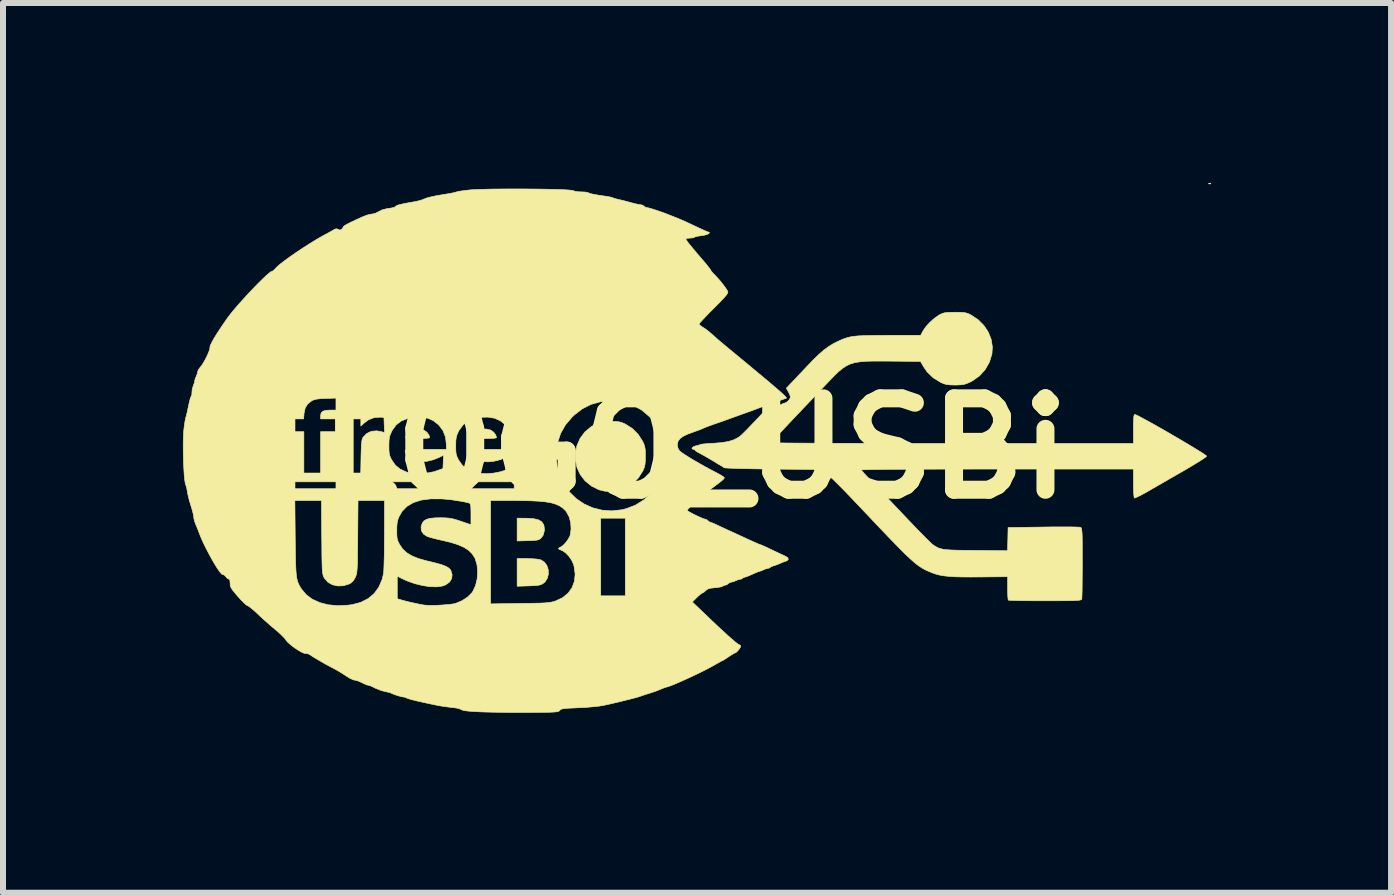
<source format=kicad_pcb>
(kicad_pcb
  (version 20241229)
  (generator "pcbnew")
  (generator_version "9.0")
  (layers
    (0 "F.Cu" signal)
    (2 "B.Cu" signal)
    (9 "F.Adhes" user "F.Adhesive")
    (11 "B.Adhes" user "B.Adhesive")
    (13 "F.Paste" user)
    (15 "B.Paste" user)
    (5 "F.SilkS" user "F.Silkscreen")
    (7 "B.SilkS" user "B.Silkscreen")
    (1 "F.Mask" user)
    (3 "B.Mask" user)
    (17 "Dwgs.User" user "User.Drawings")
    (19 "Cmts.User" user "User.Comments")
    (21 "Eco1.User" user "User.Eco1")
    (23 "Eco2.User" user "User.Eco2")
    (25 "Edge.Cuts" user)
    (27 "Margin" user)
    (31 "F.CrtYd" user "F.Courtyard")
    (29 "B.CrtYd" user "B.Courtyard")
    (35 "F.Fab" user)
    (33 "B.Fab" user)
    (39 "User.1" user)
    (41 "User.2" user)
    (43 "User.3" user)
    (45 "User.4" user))
  (footprint "LOGO_USBi"
    (layer "F.Cu")
    (at 8.538 4.426)
    (property "Reference" "LOGO_USBi" (at 0 0 0) (layer "F.SilkS") (effects (font (size 1.524 1.524) (thickness 0.3))))
    (attr through_hole)
    (fp_poly (pts (xy 8.599 -4.418) (xy 8.594 -4.411) (xy 8.577 -4.409) (xy 8.56 -4.413) (xy 8.567 -4.419) (xy 8.593 -4.421) (xy 8.599 -4.418)) (stroke (width 0.01) (type solid)) (fill yes) (layer "F.SilkS"))
    (fp_poly (pts (xy -2.814 1.164) (xy -2.701 1.17) (xy -2.615 1.189) (xy -2.556 1.223) (xy -2.522 1.273) (xy -2.511 1.34) (xy -2.513 1.374) (xy -2.532 1.447) (xy -2.563 1.489) (xy -2.584 1.508) (xy -2.607 1.521) (xy -2.638 1.529) (xy -2.686 1.534) (xy -2.756 1.537) (xy -2.786 1.538) (xy -2.966 1.543) (xy -2.966 1.163) (xy -2.814 1.164)) (stroke (width 0.01) (type solid)) (fill yes) (layer "F.SilkS"))
    (fp_poly (pts (xy -4.528 -0.308) (xy -4.519 -0.304) (xy -4.47 -0.269) (xy -4.436 -0.222) (xy -4.425 -0.179) (xy -4.44 -0.173) (xy -4.483 -0.168) (xy -4.549 -0.165) (xy -4.628 -0.164) (xy -4.712 -0.164) (xy -4.769 -0.166) (xy -4.803 -0.169) (xy -4.82 -0.175) (xy -4.825 -0.185) (xy -4.823 -0.195) (xy -4.793 -0.25) (xy -4.74 -0.292) (xy -4.673 -0.317) (xy -4.599 -0.324) (xy -4.528 -0.308)) (stroke (width 0.01) (type solid)) (fill yes) (layer "F.SilkS"))
    (fp_poly (pts (xy -3.414 -0.308) (xy -3.405 -0.304) (xy -3.356 -0.269) (xy -3.322 -0.222) (xy -3.31 -0.179) (xy -3.326 -0.173) (xy -3.369 -0.168) (xy -3.435 -0.165) (xy -3.513 -0.164) (xy -3.598 -0.164) (xy -3.655 -0.166) (xy -3.689 -0.169) (xy -3.706 -0.175) (xy -3.71 -0.185) (xy -3.709 -0.195) (xy -3.679 -0.25) (xy -3.626 -0.292) (xy -3.558 -0.317) (xy -3.485 -0.324) (xy -3.414 -0.308)) (stroke (width 0.01) (type solid)) (fill yes) (layer "F.SilkS"))
    (fp_poly (pts (xy -2.798 1.836) (xy -2.72 1.839) (xy -2.649 1.844) (xy -2.594 1.852) (xy -2.574 1.857) (xy -2.513 1.894) (xy -2.471 1.951) (xy -2.448 2.02) (xy -2.445 2.095) (xy -2.463 2.166) (xy -2.503 2.227) (xy -2.529 2.249) (xy -2.556 2.265) (xy -2.586 2.276) (xy -2.627 2.284) (xy -2.687 2.288) (xy -2.771 2.292) (xy -2.774 2.292) (xy -2.966 2.298) (xy -2.966 1.835) (xy -2.798 1.836)) (stroke (width 0.01) (type solid)) (fill yes) (layer "F.SilkS"))
    (fp_poly (pts (xy -1.331 -0.449) (xy -1.275 -0.445) (xy -1.229 -0.434) (xy -1.183 -0.416) (xy -1.16 -0.404) (xy -1.046 -0.332) (xy -0.949 -0.235) (xy -0.876 -0.122) (xy -0.874 -0.119) (xy -0.851 -0.069) (xy -0.838 -0.025) (xy -0.83 0.025) (xy -0.828 0.092) (xy -0.828 0.131) (xy -0.829 0.209) (xy -0.834 0.265) (xy -0.844 0.311) (xy -0.862 0.357) (xy -0.874 0.381) (xy -0.946 0.493) (xy -1.041 0.589) (xy -1.151 0.661) (xy -1.16 0.665) (xy -1.265 0.701) (xy -1.382 0.718) (xy -1.499 0.714) (xy -1.601 0.69) (xy -1.727 0.627) (xy -1.832 0.542) (xy -1.913 0.438) (xy -1.968 0.318) (xy -1.995 0.186) (xy -1.996 0.094) (xy -1.971 -0.042) (xy -1.917 -0.166) (xy -1.837 -0.274) (xy -1.732 -0.362) (xy -1.659 -0.404) (xy -1.609 -0.427) (xy -1.565 -0.441) (xy -1.515 -0.448) (xy -1.448 -0.45) (xy -1.409 -0.451) (xy -1.331 -0.449)) (stroke (width 0.01) (type solid)) (fill yes) (layer "F.SilkS"))
    (fp_poly (pts (xy 4.416 -2.269) (xy 4.474 -2.266) (xy 4.517 -2.259) (xy 4.555 -2.247) (xy 4.595 -2.227) (xy 4.602 -2.224) (xy 4.719 -2.146) (xy 4.815 -2.05) (xy 4.889 -1.939) (xy 4.937 -1.818) (xy 4.957 -1.693) (xy 4.95 -1.577) (xy 4.908 -1.439) (xy 4.838 -1.316) (xy 4.744 -1.211) (xy 4.627 -1.128) (xy 4.588 -1.107) (xy 4.531 -1.082) (xy 4.483 -1.067) (xy 4.431 -1.06) (xy 4.362 -1.057) (xy 4.334 -1.057) (xy 4.256 -1.059) (xy 4.199 -1.065) (xy 4.151 -1.077) (xy 4.1 -1.098) (xy 4.097 -1.1) (xy 3.971 -1.177) (xy 3.869 -1.276) (xy 3.813 -1.357) (xy 3.759 -1.45) (xy 3.293 -1.455) (xy 3.118 -1.456) (xy 2.973 -1.456) (xy 2.851 -1.453) (xy 2.75 -1.444) (xy 2.664 -1.43) (xy 2.589 -1.408) (xy 2.522 -1.376) (xy 2.458 -1.334) (xy 2.393 -1.28) (xy 2.322 -1.212) (xy 2.241 -1.128) (xy 2.185 -1.069) (xy 2.098 -0.978) (xy 2.008 -0.883) (xy 1.921 -0.791) (xy 1.842 -0.708) (xy 1.778 -0.641) (xy 1.769 -0.631) (xy 1.693 -0.552) (xy 1.606 -0.46) (xy 1.52 -0.368) (xy 1.451 -0.295) (xy 1.392 -0.233) (xy 1.341 -0.18) (xy 1.302 -0.141) (xy 1.279 -0.12) (xy 1.276 -0.117) (xy 1.262 -0.099) (xy 1.262 -0.097) (xy 1.278 -0.095) (xy 1.326 -0.093) (xy 1.404 -0.092) (xy 1.513 -0.09) (xy 1.649 -0.089) (xy 1.813 -0.088) (xy 2.004 -0.087) (xy 2.219 -0.085) (xy 2.459 -0.085) (xy 2.722 -0.084) (xy 3.007 -0.083) (xy 3.313 -0.083) (xy 3.639 -0.082) (xy 3.984 -0.082) (xy 4.285 -0.082) (xy 7.309 -0.082) (xy 7.309 -0.32) (xy 7.309 -0.419) (xy 7.312 -0.489) (xy 7.316 -0.535) (xy 7.323 -0.559) (xy 7.33 -0.566) (xy 7.349 -0.56) (xy 7.392 -0.54) (xy 7.456 -0.506) (xy 7.537 -0.462) (xy 7.632 -0.41) (xy 7.736 -0.351) (xy 7.847 -0.288) (xy 7.96 -0.222) (xy 8.072 -0.157) (xy 8.18 -0.093) (xy 8.28 -0.033) (xy 8.367 0.02) (xy 8.44 0.065) (xy 8.493 0.1) (xy 8.523 0.122) (xy 8.529 0.129) (xy 8.516 0.143) (xy 8.477 0.17) (xy 8.418 0.209) (xy 8.341 0.256) (xy 8.25 0.311) (xy 8.153 0.368) (xy 8.037 0.435) (xy 7.916 0.504) (xy 7.799 0.572) (xy 7.691 0.634) (xy 7.601 0.686) (xy 7.558 0.711) (xy 7.482 0.754) (xy 7.415 0.789) (xy 7.363 0.814) (xy 7.331 0.827) (xy 7.325 0.827) (xy 7.319 0.808) (xy 7.314 0.761) (xy 7.31 0.692) (xy 7.309 0.607) (xy 7.309 0.581) (xy 7.309 0.344) (xy 5.038 0.344) (xy 4.71 0.344) (xy 4.405 0.345) (xy 4.123 0.345) (xy 3.865 0.346) (xy 3.632 0.347) (xy 3.424 0.348) (xy 3.244 0.349) (xy 3.091 0.351) (xy 2.967 0.352) (xy 2.873 0.354) (xy 2.809 0.356) (xy 2.776 0.358) (xy 2.772 0.36) (xy 2.785 0.377) (xy 2.816 0.413) (xy 2.86 0.46) (xy 2.893 0.495) (xy 2.93 0.534) (xy 2.987 0.593) (xy 3.059 0.67) (xy 3.145 0.759) (xy 3.239 0.859) (xy 3.34 0.966) (xy 3.444 1.075) (xy 3.458 1.09) (xy 3.558 1.195) (xy 3.653 1.295) (xy 3.74 1.385) (xy 3.817 1.463) (xy 3.88 1.526) (xy 3.927 1.572) (xy 3.954 1.597) (xy 3.958 1.6) (xy 3.994 1.625) (xy 4.027 1.645) (xy 4.06 1.661) (xy 4.098 1.673) (xy 4.144 1.683) (xy 4.202 1.689) (xy 4.276 1.694) (xy 4.37 1.697) (xy 4.488 1.699) (xy 4.634 1.7) (xy 4.674 1.701) (xy 5.21 1.706) (xy 5.215 1.513) (xy 5.219 1.319) (xy 5.809 1.311) (xy 5.946 1.309) (xy 6.073 1.309) (xy 6.187 1.309) (xy 6.283 1.309) (xy 6.358 1.311) (xy 6.408 1.313) (xy 6.428 1.316) (xy 6.435 1.321) (xy 6.442 1.332) (xy 6.446 1.351) (xy 6.45 1.382) (xy 6.453 1.429) (xy 6.455 1.493) (xy 6.456 1.579) (xy 6.456 1.69) (xy 6.456 1.829) (xy 6.457 1.908) (xy 6.456 2.044) (xy 6.455 2.17) (xy 6.454 2.282) (xy 6.453 2.376) (xy 6.451 2.449) (xy 6.449 2.496) (xy 6.447 2.514) (xy 6.441 2.521) (xy 6.428 2.526) (xy 6.405 2.531) (xy 6.368 2.534) (xy 6.314 2.537) (xy 6.241 2.538) (xy 6.145 2.539) (xy 6.023 2.54) (xy 5.872 2.54) (xy 5.835 2.54) (xy 5.697 2.54) (xy 5.571 2.539) (xy 5.458 2.538) (xy 5.363 2.536) (xy 5.289 2.534) (xy 5.241 2.532) (xy 5.222 2.529) (xy 5.222 2.529) (xy 5.218 2.509) (xy 5.214 2.464) (xy 5.212 2.399) (xy 5.211 2.328) (xy 5.211 2.139) (xy 4.765 2.143) (xy 4.592 2.144) (xy 4.448 2.143) (xy 4.328 2.14) (xy 4.228 2.133) (xy 4.144 2.124) (xy 4.073 2.111) (xy 4.009 2.094) (xy 3.948 2.072) (xy 3.939 2.068) (xy 3.888 2.047) (xy 3.84 2.025) (xy 3.794 2) (xy 3.748 1.971) (xy 3.699 1.936) (xy 3.645 1.892) (xy 3.585 1.838) (xy 3.515 1.773) (xy 3.435 1.693) (xy 3.341 1.597) (xy 3.231 1.484) (xy 3.104 1.351) (xy 2.957 1.196) (xy 2.929 1.166) (xy 2.788 1.017) (xy 2.668 0.891) (xy 2.567 0.785) (xy 2.482 0.697) (xy 2.411 0.625) (xy 2.353 0.567) (xy 2.306 0.521) (xy 2.267 0.486) (xy 2.235 0.459) (xy 2.208 0.439) (xy 2.183 0.423) (xy 2.158 0.41) (xy 2.151 0.407) (xy 2.041 0.352) (xy 1.266 0.344) (xy 1.073 0.342) (xy 0.906 0.339) (xy 0.763 0.336) (xy 0.649 0.332) (xy 0.562 0.329) (xy 0.505 0.325) (xy 0.48 0.32) (xy 0.479 0.32) (xy 0.457 0.301) (xy 0.42 0.28) (xy 0.418 0.279) (xy 0.382 0.259) (xy 0.361 0.246) (xy 0.361 0.245) (xy 0.344 0.234) (xy 0.305 0.211) (xy 0.253 0.18) (xy 0.193 0.145) (xy 0.133 0.111) (xy 0.08 0.082) (xy 0.042 0.062) (xy 0.037 0.059) (xy 0.009 0.041) (xy 0.000128 0.029) (xy -0.013 0.018) (xy -0.025 0.016) (xy -0.049 0.009) (xy -0.05 -0.007) (xy -0.03 -0.026) (xy 0.004 -0.041) (xy 0.012 -0.042) (xy 0.057 -0.053) (xy 0.087 -0.064) (xy 0.09 -0.066) (xy 0.112 -0.071) (xy 0.16 -0.076) (xy 0.227 -0.082) (xy 0.305 -0.086) (xy 0.311 -0.086) (xy 0.449 -0.097) (xy 0.56 -0.116) (xy 0.651 -0.145) (xy 0.727 -0.186) (xy 0.747 -0.201) (xy 0.774 -0.224) (xy 0.819 -0.267) (xy 0.876 -0.325) (xy 0.942 -0.394) (xy 1.008 -0.462) (xy 1.219 -0.686) (xy 1.331 -0.706) (xy 1.388 -0.718) (xy 1.432 -0.73) (xy 1.452 -0.74) (xy 1.452 -0.74) (xy 1.474 -0.752) (xy 1.489 -0.754) (xy 1.523 -0.767) (xy 1.559 -0.798) (xy 1.584 -0.835) (xy 1.59 -0.857) (xy 1.582 -0.888) (xy 1.563 -0.931) (xy 1.556 -0.944) (xy 1.522 -1.004) (xy 1.594 -1.08) (xy 1.63 -1.118) (xy 1.683 -1.173) (xy 1.747 -1.241) (xy 1.817 -1.315) (xy 1.863 -1.364) (xy 1.971 -1.477) (xy 2.064 -1.567) (xy 2.147 -1.639) (xy 2.225 -1.697) (xy 2.303 -1.745) (xy 2.367 -1.778) (xy 2.426 -1.805) (xy 2.479 -1.827) (xy 2.532 -1.845) (xy 2.587 -1.859) (xy 2.649 -1.869) (xy 2.723 -1.876) (xy 2.812 -1.88) (xy 2.921 -1.883) (xy 3.055 -1.884) (xy 3.217 -1.885) (xy 3.761 -1.885) (xy 3.8 -1.958) (xy 3.846 -2.026) (xy 3.912 -2.099) (xy 3.988 -2.167) (xy 4.064 -2.221) (xy 4.082 -2.231) (xy 4.118 -2.248) (xy 4.155 -2.26) (xy 4.201 -2.266) (xy 4.264 -2.269) (xy 4.334 -2.27) (xy 4.416 -2.269)) (stroke (width 0.01) (type solid)) (fill yes) (layer "F.SilkS"))
    (fp_poly (pts (xy -2.791 -4.325) (xy -2.646 -4.324) (xy -2.507 -4.322) (xy -2.379 -4.319) (xy -2.265 -4.316) (xy -2.17 -4.312) (xy -2.096 -4.307) (xy -2.048 -4.302) (xy -2.03 -4.298) (xy -2.001 -4.286) (xy -1.948 -4.279) (xy -1.901 -4.277) (xy -1.843 -4.275) (xy -1.798 -4.269) (xy -1.777 -4.261) (xy -1.75 -4.25) (xy -1.69 -4.236) (xy -1.598 -4.22) (xy -1.473 -4.202) (xy -1.467 -4.201) (xy -1.416 -4.192) (xy -1.374 -4.18) (xy -1.368 -4.177) (xy -1.332 -4.165) (xy -1.281 -4.151) (xy -1.262 -4.147) (xy -1.208 -4.135) (xy -1.138 -4.117) (xy -1.069 -4.098) (xy -1.006 -4.081) (xy -0.95 -4.069) (xy -0.913 -4.064) (xy -0.912 -4.064) (xy -0.872 -4.054) (xy -0.852 -4.039) (xy -0.82 -4.018) (xy -0.802 -4.015) (xy -0.775 -4.01) (xy -0.726 -3.996) (xy -0.663 -3.976) (xy -0.592 -3.952) (xy -0.523 -3.928) (xy -0.463 -3.905) (xy -0.451 -3.9) (xy -0.42 -3.888) (xy -0.369 -3.868) (xy -0.308 -3.844) (xy -0.303 -3.842) (xy -0.243 -3.817) (xy -0.163 -3.782) (xy -0.075 -3.741) (xy 0.01 -3.701) (xy 0.085 -3.666) (xy 0.15 -3.636) (xy 0.199 -3.615) (xy 0.226 -3.606) (xy 0.229 -3.605) (xy 0.241 -3.6) (xy 0.23 -3.582) (xy 0.204 -3.568) (xy 0.156 -3.555) (xy 0.105 -3.547) (xy 0.05 -3.539) (xy 0.008 -3.53) (xy -0.009 -3.521) (xy -0.03 -3.512) (xy -0.07 -3.507) (xy -0.082 -3.507) (xy -0.124 -3.504) (xy -0.15 -3.497) (xy -0.153 -3.495) (xy -0.15 -3.482) (xy -0.132 -3.454) (xy -0.099 -3.41) (xy -0.048 -3.348) (xy 0.021 -3.265) (xy 0.111 -3.16) (xy 0.135 -3.132) (xy 0.185 -3.074) (xy 0.225 -3.023) (xy 0.253 -2.987) (xy 0.262 -2.971) (xy 0.273 -2.952) (xy 0.301 -2.92) (xy 0.321 -2.9) (xy 0.367 -2.852) (xy 0.418 -2.794) (xy 0.467 -2.733) (xy 0.508 -2.677) (xy 0.537 -2.633) (xy 0.547 -2.613) (xy 0.546 -2.598) (xy 0.535 -2.575) (xy 0.51 -2.542) (xy 0.469 -2.496) (xy 0.41 -2.434) (xy 0.329 -2.353) (xy 0.311 -2.335) (xy 0.238 -2.262) (xy 0.174 -2.195) (xy 0.122 -2.14) (xy 0.085 -2.099) (xy 0.067 -2.076) (xy 0.066 -2.073) (xy 0.079 -2.056) (xy 0.112 -2.031) (xy 0.131 -2.019) (xy 0.178 -1.988) (xy 0.235 -1.944) (xy 0.283 -1.902) (xy 0.329 -1.861) (xy 0.393 -1.805) (xy 0.466 -1.744) (xy 0.539 -1.683) (xy 0.541 -1.681) (xy 0.729 -1.526) (xy 0.892 -1.391) (xy 1.034 -1.273) (xy 1.154 -1.173) (xy 1.254 -1.089) (xy 1.336 -1.019) (xy 1.401 -0.963) (xy 1.451 -0.918) (xy 1.487 -0.885) (xy 1.51 -0.861) (xy 1.522 -0.846) (xy 1.524 -0.838) (xy 1.518 -0.836) (xy 1.501 -0.83) (xy 1.461 -0.816) (xy 1.405 -0.796) (xy 1.375 -0.785) (xy 1.308 -0.761) (xy 1.248 -0.739) (xy 1.205 -0.724) (xy 1.196 -0.721) (xy 1.163 -0.709) (xy 1.108 -0.69) (xy 1.042 -0.665) (xy 1.016 -0.655) (xy 0.949 -0.63) (xy 0.889 -0.609) (xy 0.846 -0.593) (xy 0.836 -0.59) (xy 0.802 -0.578) (xy 0.747 -0.558) (xy 0.682 -0.534) (xy 0.655 -0.525) (xy 0.579 -0.497) (xy 0.502 -0.469) (xy 0.438 -0.446) (xy 0.426 -0.442) (xy 0.326 -0.408) (xy 0.239 -0.377) (xy 0.171 -0.351) (xy 0.126 -0.332) (xy 0.118 -0.328) (xy 0.089 -0.315) (xy 0.039 -0.297) (xy -0.016 -0.277) (xy -0.123 -0.238) (xy -0.2 -0.201) (xy -0.252 -0.162) (xy -0.283 -0.12) (xy -0.294 -0.07) (xy -0.295 -0.056) (xy -0.285 -0.005) (xy -0.262 0.037) (xy -0.237 0.059) (xy -0.187 0.094) (xy -0.118 0.138) (xy -0.035 0.189) (xy 0.059 0.243) (xy 0.157 0.299) (xy 0.255 0.352) (xy 0.328 0.39) (xy 0.386 0.421) (xy 0.435 0.449) (xy 0.467 0.469) (xy 0.467 0.469) (xy 0.48 0.479) (xy 0.487 0.488) (xy 0.485 0.499) (xy 0.472 0.515) (xy 0.444 0.54) (xy 0.398 0.576) (xy 0.332 0.626) (xy 0.26 0.68) (xy 0.196 0.73) (xy 0.127 0.788) (xy 0.057 0.847) (xy -0.007 0.905) (xy -0.063 0.957) (xy -0.105 0.999) (xy -0.128 1.026) (xy -0.131 1.033) (xy -0.117 1.046) (xy -0.081 1.067) (xy -0.031 1.094) (xy 0.027 1.122) (xy 0.084 1.148) (xy 0.132 1.169) (xy 0.163 1.179) (xy 0.168 1.18) (xy 0.199 1.191) (xy 0.213 1.204) (xy 0.238 1.225) (xy 0.25 1.229) (xy 0.272 1.236) (xy 0.315 1.253) (xy 0.37 1.279) (xy 0.383 1.285) (xy 0.451 1.317) (xy 0.519 1.349) (xy 0.572 1.373) (xy 0.574 1.374) (xy 0.625 1.397) (xy 0.693 1.428) (xy 0.763 1.46) (xy 0.77 1.463) (xy 0.881 1.515) (xy 0.966 1.553) (xy 1.027 1.58) (xy 1.066 1.597) (xy 1.088 1.605) (xy 1.093 1.606) (xy 1.111 1.613) (xy 1.152 1.631) (xy 1.211 1.658) (xy 1.281 1.692) (xy 1.285 1.694) (xy 1.36 1.729) (xy 1.428 1.761) (xy 1.481 1.786) (xy 1.512 1.8) (xy 1.547 1.824) (xy 1.555 1.85) (xy 1.533 1.872) (xy 1.52 1.877) (xy 1.482 1.89) (xy 1.432 1.911) (xy 1.415 1.918) (xy 1.363 1.94) (xy 1.315 1.956) (xy 1.304 1.959) (xy 1.269 1.972) (xy 1.252 1.985) (xy 1.23 1.997) (xy 1.216 1.999) (xy 1.182 2.007) (xy 1.141 2.024) (xy 1.104 2.041) (xy 1.079 2.048) (xy 1.078 2.048) (xy 1.056 2.055) (xy 1.014 2.072) (xy 0.96 2.096) (xy 0.956 2.098) (xy 0.9 2.122) (xy 0.854 2.14) (xy 0.828 2.147) (xy 0.827 2.147) (xy 0.8 2.157) (xy 0.795 2.163) (xy 0.771 2.178) (xy 0.757 2.18) (xy 0.723 2.187) (xy 0.682 2.204) (xy 0.64 2.222) (xy 0.606 2.229) (xy 0.572 2.24) (xy 0.557 2.253) (xy 0.527 2.274) (xy 0.509 2.278) (xy 0.474 2.288) (xy 0.463 2.296) (xy 0.439 2.307) (xy 0.391 2.316) (xy 0.331 2.323) (xy 0.33 2.323) (xy 0.263 2.33) (xy 0.22 2.341) (xy 0.19 2.359) (xy 0.178 2.37) (xy 0.148 2.397) (xy 0.125 2.409) (xy 0.125 2.409) (xy 0.105 2.42) (xy 0.07 2.448) (xy 0.031 2.484) (xy -0.046 2.56) (xy 0.129 2.727) (xy 0.268 2.86) (xy 0.391 2.976) (xy 0.498 3.075) (xy 0.587 3.155) (xy 0.657 3.216) (xy 0.707 3.256) (xy 0.735 3.274) (xy 0.738 3.274) (xy 0.76 3.288) (xy 0.759 3.307) (xy 0.741 3.339) (xy 0.713 3.374) (xy 0.685 3.401) (xy 0.669 3.409) (xy 0.649 3.417) (xy 0.611 3.44) (xy 0.562 3.472) (xy 0.559 3.474) (xy 0.511 3.506) (xy 0.473 3.53) (xy 0.455 3.54) (xy 0.454 3.54) (xy 0.437 3.547) (xy 0.399 3.568) (xy 0.346 3.598) (xy 0.325 3.61) (xy 0.257 3.648) (xy 0.171 3.693) (xy 0.073 3.742) (xy -0.032 3.792) (xy -0.137 3.841) (xy -0.238 3.886) (xy -0.327 3.925) (xy -0.401 3.955) (xy -0.452 3.972) (xy -0.459 3.974) (xy -0.505 3.988) (xy -0.533 3.998) (xy -0.648 4.045) (xy -0.762 4.083) (xy -0.778 4.088) (xy -0.836 4.106) (xy -0.885 4.122) (xy -0.909 4.131) (xy -0.941 4.142) (xy -0.999 4.158) (xy -1.075 4.178) (xy -1.164 4.2) (xy -1.259 4.224) (xy -1.354 4.246) (xy -1.441 4.266) (xy -1.516 4.282) (xy -1.545 4.288) (xy -1.609 4.298) (xy -1.697 4.307) (xy -1.798 4.316) (xy -1.904 4.322) (xy -1.956 4.324) (xy -2.058 4.329) (xy -2.132 4.333) (xy -2.184 4.338) (xy -2.218 4.344) (xy -2.239 4.352) (xy -2.252 4.363) (xy -2.255 4.367) (xy -2.263 4.376) (xy -2.275 4.383) (xy -2.293 4.389) (xy -2.322 4.393) (xy -2.365 4.396) (xy -2.426 4.399) (xy -2.507 4.4) (xy -2.613 4.401) (xy -2.747 4.402) (xy -2.807 4.402) (xy -2.951 4.403) (xy -3.099 4.402) (xy -3.244 4.4) (xy -3.378 4.398) (xy -3.494 4.395) (xy -3.587 4.392) (xy -3.603 4.391) (xy -3.714 4.385) (xy -3.797 4.378) (xy -3.853 4.37) (xy -3.887 4.36) (xy -3.898 4.354) (xy -3.928 4.341) (xy -3.98 4.328) (xy -4.046 4.32) (xy -4.048 4.32) (xy -4.13 4.31) (xy -4.22 4.297) (xy -4.285 4.286) (xy -4.42 4.258) (xy -4.54 4.232) (xy -4.642 4.209) (xy -4.723 4.189) (xy -4.779 4.173) (xy -4.807 4.162) (xy -4.809 4.161) (xy -4.837 4.148) (xy -4.858 4.145) (xy -4.892 4.14) (xy -4.943 4.126) (xy -4.999 4.108) (xy -5.048 4.089) (xy -5.072 4.078) (xy -5.097 4.069) (xy -5.141 4.059) (xy -5.158 4.056) (xy -5.235 4.036) (xy -5.325 4) (xy -5.395 3.965) (xy -5.431 3.952) (xy -5.448 3.949) (xy -5.475 3.942) (xy -5.519 3.923) (xy -5.549 3.908) (xy -5.598 3.885) (xy -5.641 3.87) (xy -5.657 3.867) (xy -5.702 3.857) (xy -5.763 3.828) (xy -5.83 3.786) (xy -5.846 3.775) (xy -5.887 3.748) (xy -5.945 3.713) (xy -6.009 3.677) (xy -6.018 3.672) (xy -6.083 3.638) (xy -6.144 3.605) (xy -6.19 3.58) (xy -6.194 3.577) (xy -6.274 3.531) (xy -6.332 3.497) (xy -6.371 3.473) (xy -6.4 3.454) (xy -6.42 3.44) (xy -6.458 3.422) (xy -6.488 3.42) (xy -6.519 3.415) (xy -6.567 3.393) (xy -6.626 3.358) (xy -6.687 3.317) (xy -6.745 3.272) (xy -6.792 3.23) (xy -6.822 3.195) (xy -6.825 3.188) (xy -6.844 3.163) (xy -6.883 3.123) (xy -6.935 3.074) (xy -6.99 3.027) (xy -7.067 2.962) (xy -7.155 2.885) (xy -7.24 2.808) (xy -7.288 2.763) (xy -7.346 2.709) (xy -7.398 2.665) (xy -7.439 2.634) (xy -7.461 2.622) (xy -7.462 2.622) (xy -7.482 2.61) (xy -7.518 2.578) (xy -7.565 2.531) (xy -7.618 2.472) (xy -7.62 2.471) (xy -7.675 2.406) (xy -7.713 2.359) (xy -7.735 2.324) (xy -7.747 2.295) (xy -7.751 2.265) (xy -7.751 2.25) (xy -7.755 2.201) (xy -7.768 2.18) (xy -7.774 2.179) (xy -7.798 2.167) (xy -7.824 2.137) (xy -7.85 2.11) (xy -7.874 2.104) (xy -7.893 2.094) (xy -7.923 2.059) (xy -7.962 2.004) (xy -8.007 1.932) (xy -8.055 1.849) (xy -8.105 1.758) (xy -8.154 1.664) (xy -8.199 1.572) (xy -8.237 1.486) (xy -8.258 1.434) (xy -8.283 1.368) (xy -8.31 1.302) (xy -8.326 1.265) (xy -8.345 1.212) (xy -8.356 1.162) (xy -8.357 1.148) (xy -8.362 1.112) (xy -8.376 1.054) (xy -8.395 0.986) (xy -8.406 0.952) (xy -8.429 0.875) (xy -8.431 0.869) (xy -6.672 0.869) (xy -6.666 1.495) (xy -6.664 1.665) (xy -6.662 1.805) (xy -6.659 1.92) (xy -6.655 2.013) (xy -6.65 2.087) (xy -6.643 2.147) (xy -6.633 2.195) (xy -6.62 2.235) (xy -6.604 2.272) (xy -6.585 2.307) (xy -6.562 2.344) (xy -6.484 2.438) (xy -6.382 2.514) (xy -6.258 2.57) (xy -6.116 2.607) (xy -5.959 2.622) (xy -5.791 2.614) (xy -5.719 2.605) (xy -5.574 2.567) (xy -5.45 2.504) (xy -5.348 2.418) (xy -5.27 2.309) (xy -5.215 2.179) (xy -5.194 2.085) (xy -5.19 2.046) (xy -5.187 1.979) (xy -5.184 1.889) (xy -5.181 1.779) (xy -5.18 1.656) (xy -5.179 1.522) (xy -5.178 1.43) (xy -5.178 1.368) (xy -4.973 1.368) (xy -4.972 1.443) (xy -4.968 1.496) (xy -4.957 1.537) (xy -4.938 1.579) (xy -4.926 1.602) (xy -4.875 1.676) (xy -4.81 1.738) (xy -4.726 1.789) (xy -4.62 1.833) (xy -4.486 1.872) (xy -4.433 1.884) (xy -4.311 1.914) (xy -4.217 1.941) (xy -4.15 1.968) (xy -4.104 1.996) (xy -4.076 2.026) (xy -4.072 2.032) (xy -4.05 2.105) (xy -4.058 2.172) (xy -4.095 2.23) (xy -4.159 2.275) (xy -4.213 2.295) (xy -4.306 2.308) (xy -4.419 2.305) (xy -4.544 2.286) (xy -4.674 2.254) (xy -4.801 2.209) (xy -4.884 2.171) (xy -4.965 2.13) (xy -4.965 2.506) (xy -4.887 2.529) (xy -4.821 2.547) (xy -4.738 2.567) (xy -4.649 2.586) (xy -4.568 2.603) (xy -4.515 2.612) (xy -4.456 2.616) (xy -4.377 2.617) (xy -4.287 2.615) (xy -4.193 2.609) (xy -4.106 2.602) (xy -4.034 2.593) (xy -4.03 2.592) (xy -3.409 2.592) (xy -2.921 2.585) (xy -2.78 2.583) (xy -2.667 2.581) (xy -2.579 2.579) (xy -2.51 2.576) (xy -2.456 2.571) (xy -2.414 2.566) (xy -2.378 2.559) (xy -2.344 2.549) (xy -2.322 2.542) (xy -2.208 2.489) (xy -2.117 2.414) (xy -2.051 2.322) (xy -2.011 2.214) (xy -1.999 2.094) (xy -2.017 1.965) (xy -2.025 1.935) (xy -2.054 1.869) (xy -2.099 1.803) (xy -2.153 1.746) (xy -2.207 1.707) (xy -2.236 1.695) (xy -2.27 1.68) (xy -2.274 1.663) (xy -2.246 1.647) (xy -2.207 1.623) (xy -2.163 1.579) (xy -2.122 1.525) (xy -2.091 1.471) (xy -2.082 1.447) (xy -2.067 1.345) (xy -2.073 1.24) (xy -2.093 1.163) (xy -1.573 1.163) (xy -1.573 2.458) (xy -1.163 2.458) (xy -1.163 1.163) (xy -1.573 1.163) (xy -2.093 1.163) (xy -2.099 1.141) (xy -2.143 1.059) (xy -2.16 1.038) (xy -2.206 0.994) (xy -2.259 0.958) (xy -2.322 0.93) (xy -2.399 0.907) (xy -2.493 0.891) (xy -2.608 0.88) (xy -2.747 0.873) (xy -2.914 0.87) (xy -3.003 0.869) (xy -3.409 0.869) (xy -3.409 2.592) (xy -4.03 2.592) (xy -3.99 2.583) (xy -3.883 2.538) (xy -3.789 2.476) (xy -3.718 2.404) (xy -3.705 2.384) (xy -3.66 2.288) (xy -3.633 2.176) (xy -3.625 2.057) (xy -3.635 1.942) (xy -3.665 1.84) (xy -3.674 1.822) (xy -3.718 1.755) (xy -3.776 1.698) (xy -3.853 1.649) (xy -3.952 1.605) (xy -4.077 1.566) (xy -4.224 1.531) (xy -4.304 1.513) (xy -4.378 1.494) (xy -4.435 1.478) (xy -4.465 1.468) (xy -4.528 1.427) (xy -4.563 1.372) (xy -4.568 1.307) (xy -4.548 1.247) (xy -4.52 1.209) (xy -4.478 1.183) (xy -4.418 1.166) (xy -4.334 1.158) (xy -4.244 1.156) (xy -4.159 1.158) (xy -4.092 1.164) (xy -4.029 1.176) (xy -3.958 1.197) (xy -3.904 1.215) (xy -3.736 1.272) (xy -3.736 1.096) (xy -3.737 1.017) (xy -3.739 0.965) (xy -3.745 0.934) (xy -3.753 0.918) (xy -3.765 0.911) (xy -3.847 0.891) (xy -3.951 0.873) (xy -4.065 0.856) (xy -4.177 0.845) (xy -4.226 0.841) (xy -4.407 0.841) (xy -4.564 0.861) (xy -4.696 0.903) (xy -4.803 0.966) (xy -4.886 1.051) (xy -4.934 1.135) (xy -4.955 1.188) (xy -4.967 1.241) (xy -4.972 1.308) (xy -4.973 1.368) (xy -5.178 1.368) (xy -5.178 0.869) (xy -5.619 0.869) (xy -5.624 1.471) (xy -5.625 1.628) (xy -5.627 1.755) (xy -5.628 1.857) (xy -5.63 1.937) (xy -5.633 1.998) (xy -5.637 2.044) (xy -5.641 2.079) (xy -5.647 2.105) (xy -5.655 2.128) (xy -5.664 2.149) (xy -5.665 2.151) (xy -5.697 2.207) (xy -5.735 2.242) (xy -5.772 2.262) (xy -5.865 2.29) (xy -5.958 2.293) (xy -6.046 2.273) (xy -6.12 2.231) (xy -6.175 2.17) (xy -6.181 2.16) (xy -6.191 2.141) (xy -6.199 2.122) (xy -6.205 2.099) (xy -6.21 2.069) (xy -6.214 2.029) (xy -6.217 1.974) (xy -6.219 1.902) (xy -6.221 1.809) (xy -6.222 1.692) (xy -6.223 1.547) (xy -6.224 1.479) (xy -6.229 0.869) (xy -6.672 0.869) (xy -8.431 0.869) (xy -8.449 0.798) (xy -8.463 0.735) (xy -8.465 0.717) (xy -8.474 0.665) (xy -8.484 0.627) (xy -8.489 0.615) (xy -8.499 0.586) (xy -8.503 0.557) (xy -6.67 0.557) (xy -6.67 0.672) (xy -3.015 0.672) (xy -3.015 0.557) (xy -6.67 0.557) (xy -8.503 0.557) (xy -8.508 0.53) (xy -8.516 0.451) (xy -8.522 0.356) (xy -8.528 0.249) (xy -8.531 0.136) (xy -8.533 0.021) (xy -8.533 -0.089) (xy -8.531 -0.19) (xy -8.526 -0.276) (xy -8.522 -0.32) (xy -8.513 -0.393) (xy -8.503 -0.456) (xy -8.496 -0.492) (xy -6.67 -0.492) (xy -6.67 -0.279) (xy -6.522 -0.279) (xy -6.522 0.41) (xy -6.243 0.41) (xy -6.243 -0.279) (xy -5.998 -0.279) (xy -5.998 -0.492) (xy -5.85 -0.492) (xy -5.85 0.41) (xy -5.574 0.41) (xy -5.569 0.134) (xy -5.566 0.029) (xy -5.563 -0.041) (xy -5.104 -0.041) (xy -5.103 0.034) (xy -5.098 0.087) (xy -5.087 0.129) (xy -5.068 0.172) (xy -5.057 0.193) (xy -4.996 0.28) (xy -4.918 0.344) (xy -4.817 0.391) (xy -4.803 0.396) (xy -4.707 0.416) (xy -4.592 0.421) (xy -4.472 0.412) (xy -4.356 0.389) (xy -4.31 0.374) (xy -4.203 0.336) (xy -4.198 0.225) (xy -4.194 0.113) (xy -4.26 0.147) (xy -4.358 0.187) (xy -4.461 0.213) (xy -4.561 0.224) (xy -4.652 0.22) (xy -4.724 0.198) (xy -4.741 0.189) (xy -4.775 0.156) (xy -4.807 0.109) (xy -4.829 0.061) (xy -4.834 0.034) (xy -4.821 0.028) (xy -4.781 0.023) (xy -4.712 0.019) (xy -4.614 0.017) (xy -4.49 0.016) (xy -4.146 0.016) (xy -4.146 -0.041) (xy -3.99 -0.041) (xy -3.989 0.034) (xy -3.984 0.087) (xy -3.973 0.129) (xy -3.953 0.172) (xy -3.942 0.193) (xy -3.881 0.28) (xy -3.804 0.344) (xy -3.703 0.391) (xy -3.689 0.396) (xy -3.592 0.416) (xy -3.478 0.421) (xy -3.358 0.412) (xy -3.242 0.389) (xy -3.195 0.374) (xy -3.089 0.336) (xy -3.084 0.225) (xy -3.08 0.131) (xy -2.315 0.131) (xy -2.299 0.302) (xy -2.254 0.46) (xy -2.184 0.603) (xy -2.091 0.73) (xy -1.979 0.839) (xy -1.85 0.926) (xy -1.707 0.99) (xy -1.552 1.029) (xy -1.39 1.041) (xy -1.222 1.023) (xy -1.147 1.005) (xy -0.994 0.946) (xy -0.852 0.857) (xy -0.754 0.77) (xy -0.642 0.638) (xy -0.56 0.494) (xy -0.509 0.339) (xy -0.487 0.169) (xy -0.486 0.123) (xy -0.501 -0.051) (xy -0.544 -0.21) (xy -0.618 -0.356) (xy -0.722 -0.491) (xy -0.754 -0.524) (xy -0.886 -0.637) (xy -1.03 -0.718) (xy -1.185 -0.769) (xy -1.355 -0.791) (xy -1.401 -0.792) (xy -1.575 -0.778) (xy -1.734 -0.734) (xy -1.88 -0.66) (xy -2.015 -0.556) (xy -2.048 -0.524) (xy -2.16 -0.393) (xy -2.24 -0.253) (xy -2.291 -0.1) (xy -2.314 0.068) (xy -2.315 0.131) (xy -3.08 0.131) (xy -3.079 0.113) (xy -3.146 0.147) (xy -3.244 0.187) (xy -3.347 0.213) (xy -3.447 0.224) (xy -3.537 0.22) (xy -3.61 0.198) (xy -3.627 0.189) (xy -3.66 0.156) (xy -3.692 0.109) (xy -3.715 0.061) (xy -3.72 0.034) (xy -3.707 0.028) (xy -3.667 0.023) (xy -3.598 0.019) (xy -3.5 0.017) (xy -3.376 0.016) (xy -3.032 0.016) (xy -3.032 -0.063) (xy -3.045 -0.187) (xy -3.087 -0.296) (xy -3.158 -0.39) (xy -3.162 -0.394) (xy -3.248 -0.462) (xy -3.343 -0.504) (xy -3.455 -0.522) (xy -3.548 -0.52) (xy -3.678 -0.499) (xy -3.783 -0.457) (xy -3.867 -0.393) (xy -3.932 -0.305) (xy -3.945 -0.281) (xy -3.968 -0.23) (xy -3.981 -0.184) (xy -3.988 -0.132) (xy -3.99 -0.061) (xy -3.99 -0.041) (xy -4.146 -0.041) (xy -4.146 -0.063) (xy -4.16 -0.187) (xy -4.202 -0.296) (xy -4.272 -0.39) (xy -4.277 -0.394) (xy -4.362 -0.462) (xy -4.458 -0.504) (xy -4.57 -0.522) (xy -4.662 -0.52) (xy -4.792 -0.499) (xy -4.898 -0.457) (xy -4.982 -0.393) (xy -5.047 -0.305) (xy -5.059 -0.281) (xy -5.082 -0.23) (xy -5.096 -0.184) (xy -5.102 -0.132) (xy -5.104 -0.061) (xy -5.104 -0.041) (xy -5.563 -0.041) (xy -5.563 -0.049) (xy -5.558 -0.104) (xy -5.552 -0.143) (xy -5.543 -0.17) (xy -5.534 -0.186) (xy -5.475 -0.248) (xy -5.398 -0.285) (xy -5.309 -0.293) (xy -5.231 -0.28) (xy -5.177 -0.264) (xy -5.187 -0.516) (xy -5.247 -0.521) (xy -5.348 -0.514) (xy -5.444 -0.477) (xy -5.507 -0.431) (xy -5.572 -0.373) (xy -5.572 -0.492) (xy -5.85 -0.492) (xy -5.998 -0.492) (xy -6.243 -0.492) (xy -6.243 -0.54) (xy -6.236 -0.587) (xy -6.21 -0.618) (xy -6.161 -0.634) (xy -6.087 -0.639) (xy -5.981 -0.639) (xy -5.981 -0.839) (xy -6.157 -0.833) (xy -6.245 -0.829) (xy -6.308 -0.822) (xy -6.353 -0.811) (xy -6.388 -0.795) (xy -6.389 -0.795) (xy -6.457 -0.742) (xy -6.499 -0.676) (xy -6.518 -0.589) (xy -6.519 -0.582) (xy -6.526 -0.492) (xy -6.67 -0.492) (xy -8.496 -0.492) (xy -8.494 -0.502) (xy -8.49 -0.516) (xy -8.481 -0.547) (xy -8.468 -0.6) (xy -8.454 -0.666) (xy -8.448 -0.696) (xy -8.433 -0.764) (xy -8.419 -0.821) (xy -8.406 -0.858) (xy -8.401 -0.866) (xy -8.389 -0.899) (xy -8.388 -0.934) (xy -8.384 -0.979) (xy -8.37 -1.032) (xy -8.367 -1.041) (xy -8.35 -1.087) (xy -8.341 -1.123) (xy -8.341 -1.129) (xy -8.334 -1.162) (xy -8.316 -1.202) (xy -8.299 -1.245) (xy -8.292 -1.281) (xy -8.28 -1.314) (xy -8.253 -1.349) (xy -8.226 -1.382) (xy -8.194 -1.433) (xy -8.16 -1.494) (xy -8.129 -1.557) (xy -8.105 -1.614) (xy -8.09 -1.659) (xy -8.089 -1.68) (xy -8.085 -1.707) (xy -8.062 -1.758) (xy -8.023 -1.83) (xy -7.967 -1.921) (xy -7.897 -2.027) (xy -7.814 -2.148) (xy -7.789 -2.183) (xy -7.743 -2.244) (xy -7.683 -2.317) (xy -7.613 -2.398) (xy -7.535 -2.485) (xy -7.454 -2.574) (xy -7.372 -2.66) (xy -7.293 -2.742) (xy -7.22 -2.814) (xy -7.157 -2.875) (xy -7.106 -2.919) (xy -7.072 -2.945) (xy -7.06 -2.95) (xy -7.032 -2.962) (xy -7.002 -2.992) (xy -7 -2.995) (xy -6.968 -3.029) (xy -6.912 -3.077) (xy -6.836 -3.135) (xy -6.745 -3.201) (xy -6.644 -3.271) (xy -6.536 -3.343) (xy -6.426 -3.413) (xy -6.319 -3.479) (xy -6.218 -3.537) (xy -6.17 -3.563) (xy -6.106 -3.598) (xy -6.052 -3.628) (xy -6.015 -3.65) (xy -6.003 -3.657) (xy -5.973 -3.662) (xy -5.951 -3.652) (xy -5.92 -3.64) (xy -5.893 -3.653) (xy -5.892 -3.653) (xy -5.871 -3.679) (xy -5.866 -3.693) (xy -5.851 -3.709) (xy -5.807 -3.736) (xy -5.736 -3.772) (xy -5.639 -3.818) (xy -5.527 -3.868) (xy -5.468 -3.89) (xy -5.413 -3.904) (xy -5.387 -3.907) (xy -5.335 -3.918) (xy -5.285 -3.943) (xy -5.284 -3.943) (xy -5.22 -3.976) (xy -5.134 -3.998) (xy -5.064 -4.008) (xy -5.02 -4.018) (xy -4.991 -4.034) (xy -4.99 -4.036) (xy -4.977 -4.047) (xy -4.952 -4.057) (xy -4.911 -4.068) (xy -4.85 -4.082) (xy -4.763 -4.098) (xy -4.67 -4.114) (xy -4.607 -4.128) (xy -4.549 -4.145) (xy -4.517 -4.158) (xy -4.474 -4.175) (xy -4.406 -4.193) (xy -4.312 -4.213) (xy -4.189 -4.234) (xy -4.121 -4.245) (xy -4.058 -4.256) (xy -4.007 -4.267) (xy -3.977 -4.276) (xy -3.974 -4.277) (xy -3.952 -4.283) (xy -3.904 -4.291) (xy -3.838 -4.3) (xy -3.759 -4.309) (xy -3.753 -4.31) (xy -3.687 -4.314) (xy -3.598 -4.318) (xy -3.49 -4.321) (xy -3.367 -4.324) (xy -3.231 -4.325) (xy -3.088 -4.326) (xy -2.94 -4.326) (xy -2.791 -4.325)) (stroke (width 0.01) (type solid)) (fill yes) (layer "F.SilkS")))
  (gr_rect
    (start -3 -3)
    (end 20.142 11.834)
    (stroke (width 0.1) (type default))
    (fill no)
    (layer "Edge.Cuts")))
</source>
